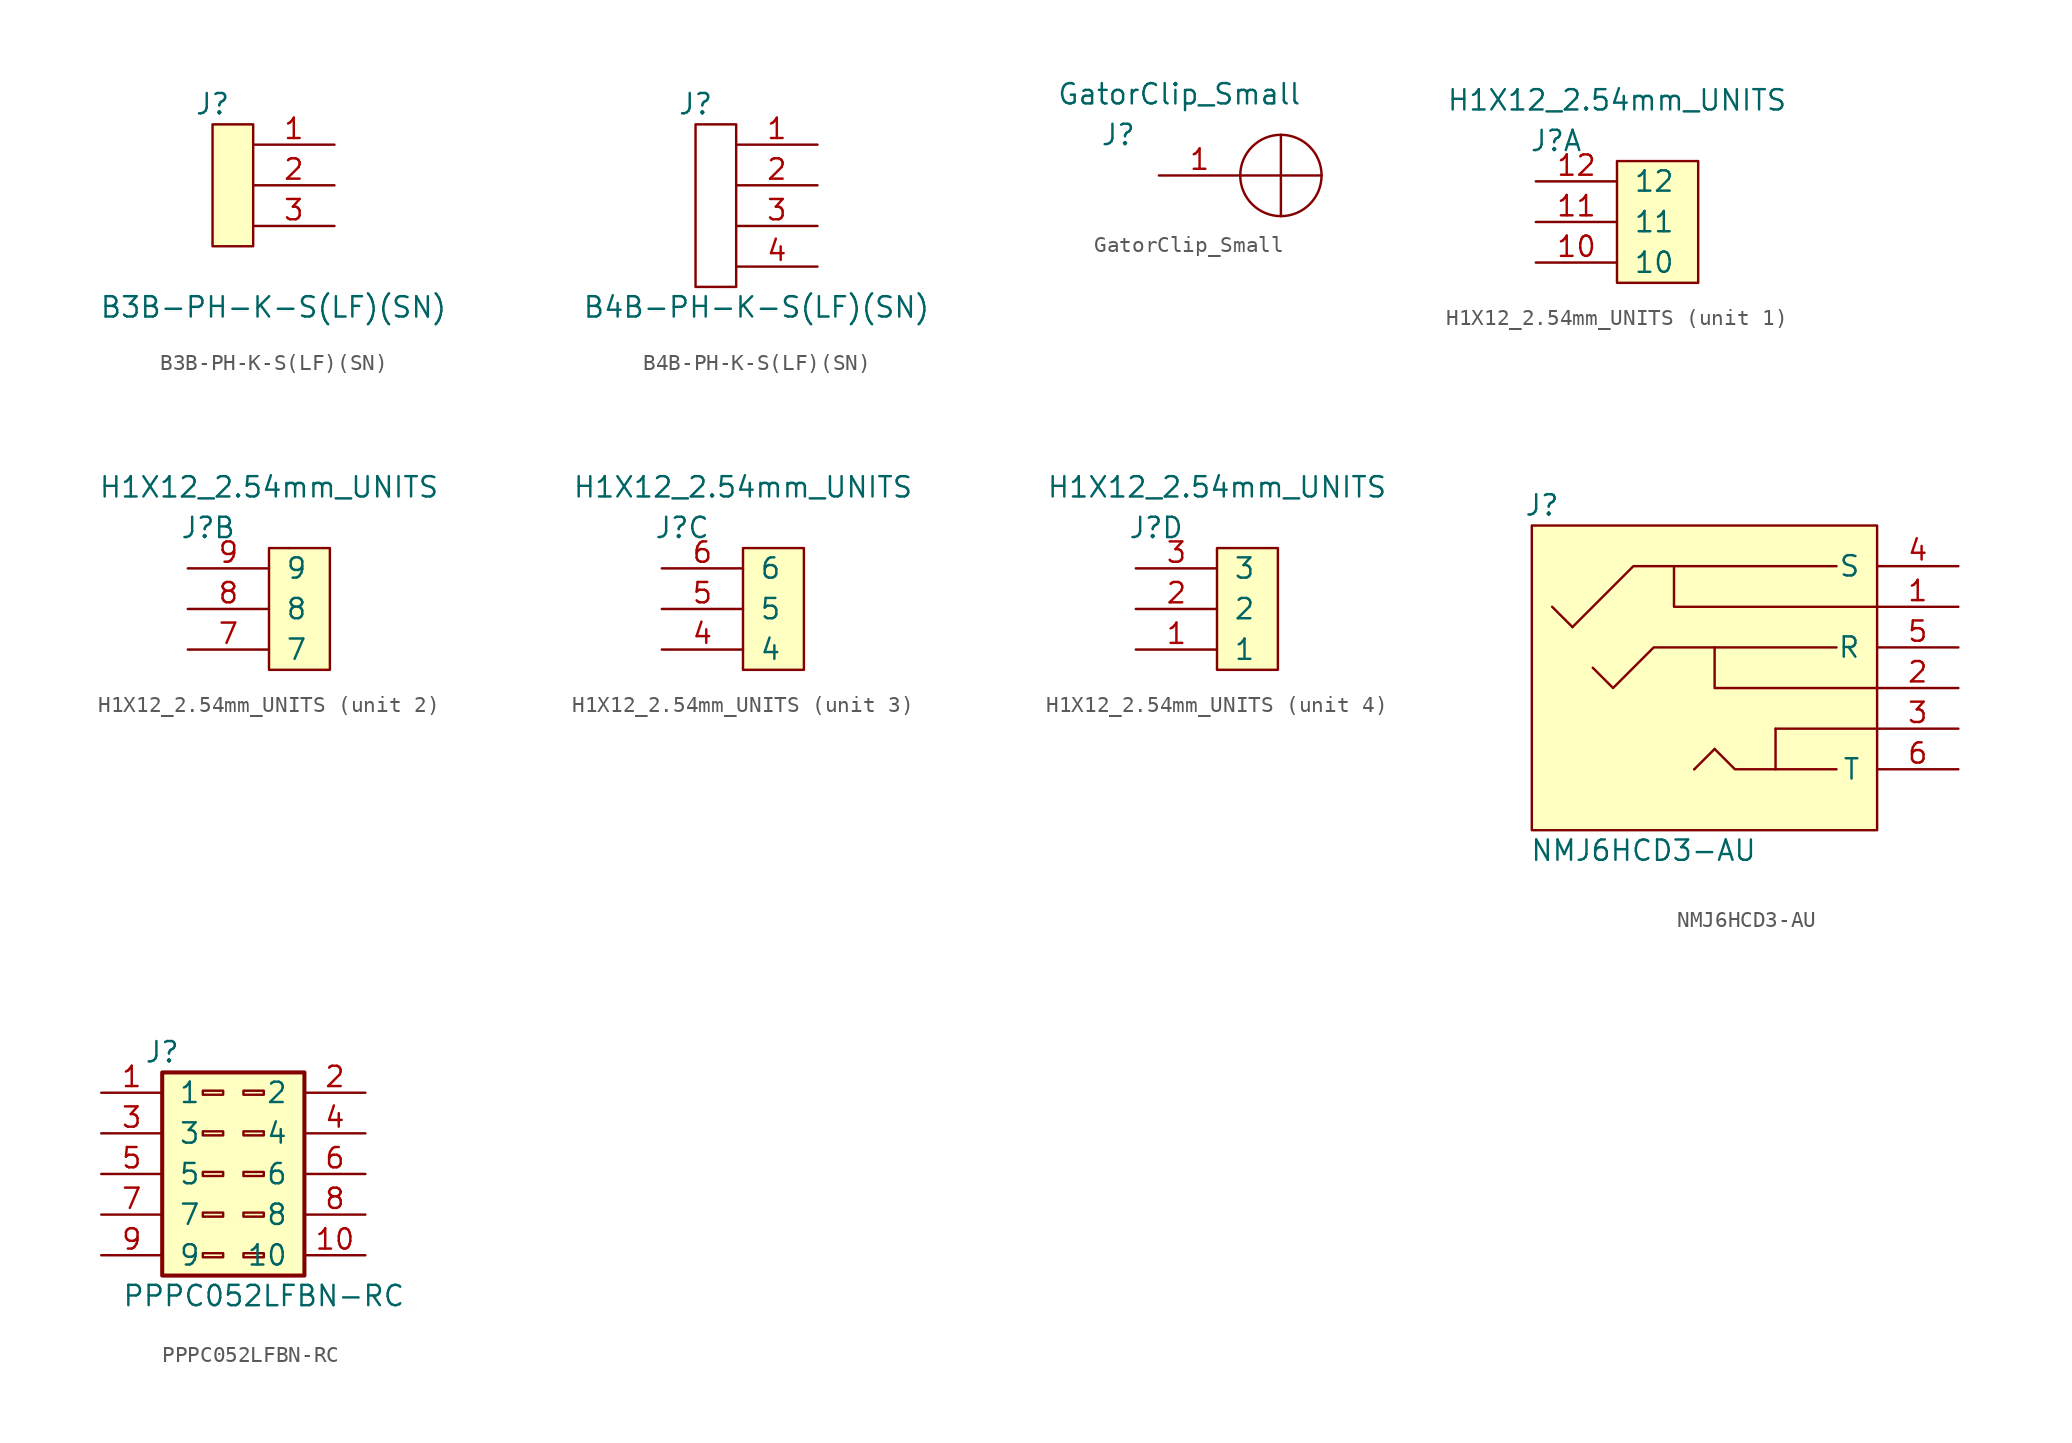
<source format=kicad_sym>
(kicad_symbol_lib
  (version 20220914)
  (generator kicad_symbol_editor)
  (symbol "B3B-PH-K-S(LF)(SN)"
    (pin_names
      (offset 1.016))
    (property "Reference" "J"
      (at 0 1.27 0)
      (effects (font (size 1.27 1.27))))
    (property "Value" "B3B-PH-K-S(LF)(SN)"
      (at 3.81 -11.43 0)
      (effects (font (size 1.27 1.27))))
    (symbol "B3B-PH-K-S(LF)(SN)_0_1"
      (rectangle (start 2.54 -7.62) (end 0 0) (stroke (width 0) (type default)) (fill (type background))))
    (symbol "B3B-PH-K-S(LF)(SN)_1_1"
      (pin passive line (at 7.62 -1.27 180) (length 5.08) (name "~" (effects (font (size 1.27 1.27)))) (number "1" (effects (font (size 1.27 1.27)))))
      (pin passive line (at 7.62 -3.81 180) (length 5.08) (name "~" (effects (font (size 1.27 1.27)))) (number "2" (effects (font (size 1.27 1.27)))))
      (pin passive line (at 7.62 -6.35 180) (length 5.08) (name "~" (effects (font (size 1.27 1.27)))) (number "3" (effects (font (size 1.27 1.27)))))))
  (symbol "B4B-PH-K-S(LF)(SN)"
    (pin_names
      (offset 1.016))
    (property "Reference" "J"
      (at 0 1.27 0)
      (effects (font (size 1.27 1.27))))
    (property "Value" "B4B-PH-K-S(LF)(SN)"
      (at 3.81 -11.43 0)
      (effects (font (size 1.27 1.27))))
    (symbol "B4B-PH-K-S(LF)(SN)_0_1"
      (rectangle (start 2.54 -10.16) (end 0 0) (stroke (width 0) (type default)) (fill (type none))))
    (symbol "B4B-PH-K-S(LF)(SN)_1_1"
      (pin passive line (at 7.62 -1.27 180) (length 5.08) (name "~" (effects (font (size 1.27 1.27)))) (number "1" (effects (font (size 1.27 1.27)))))
      (pin passive line (at 7.62 -3.81 180) (length 5.08) (name "~" (effects (font (size 1.27 1.27)))) (number "2" (effects (font (size 1.27 1.27)))))
      (pin passive line (at 7.62 -6.35 180) (length 5.08) (name "~" (effects (font (size 1.27 1.27)))) (number "3" (effects (font (size 1.27 1.27)))))
      (pin passive line (at 7.62 -8.89 180) (length 5.08) (name "~" (effects (font (size 1.27 1.27)))) (number "4" (effects (font (size 1.27 1.27)))))))
  (symbol "GatorClip_Small"
    (pin_names
      (offset 1.016))
    (property "Reference" "J"
      (at -2.54 2.54 0)
      (effects (font (size 1.27 1.27))))
    (property "Value" "GatorClip_Small"
      (at 1.27 5.08 0)
      (effects (font (size 1.27 1.27))))
    (symbol "GatorClip_Small_1_1"
      (polyline (pts (xy 5.08 0) (xy 7.62 0)) (stroke (width 0) (type default)) (fill (type none)))
      (polyline (pts (xy 7.62 0) (xy 7.62 -2.54)) (stroke (width 0) (type default)) (fill (type none)))
      (polyline (pts (xy 7.62 0) (xy 7.62 2.54)) (stroke (width 0) (type default)) (fill (type none)))
      (polyline (pts (xy 7.62 0) (xy 10.16 0)) (stroke (width 0) (type default)) (fill (type none)))
      (circle (center 7.62 0) (radius 2.54) (stroke (width 0) (type default)) (fill (type none)))
      (pin passive line (at 0 0 0) (length 5.08) (name "~" (effects (font (size 1.27 1.27)))) (number "1" (effects (font (size 1.27 1.27)))))))
  (symbol "H1X12_2.54mm_UNITS"
    (pin_names
      (offset 1.016))
    (property "Reference" "J"
      (at -2.54 2.54 0)
      (effects (font (size 1.27 1.27))))
    (property "Value" "H1X12_2.54mm_UNITS"
      (at 1.27 5.08 0)
      (effects (font (size 1.27 1.27))))
    (property "ki_locked" ""
      (at 0 0 0)
      (effects (font (size 1.27 1.27))))
    (symbol "H1X12_2.54mm_UNITS_1_1"
      (rectangle (start 1.27 1.27) (end 6.35 -6.35) (stroke (width 0) (type default)) (fill (type background)))
      (pin passive line (at -3.81 -5.08 0) (length 5.08) (name "10" (effects (font (size 1.27 1.27)))) (number "10" (effects (font (size 1.27 1.27)))))
      (pin passive line (at -3.81 -2.54 0) (length 5.08) (name "11" (effects (font (size 1.27 1.27)))) (number "11" (effects (font (size 1.27 1.27)))))
      (pin passive line (at -3.81 0 0) (length 5.08) (name "12" (effects (font (size 1.27 1.27)))) (number "12" (effects (font (size 1.27 1.27))))))
    (symbol "H1X12_2.54mm_UNITS_2_1"
      (rectangle (start 1.27 1.27) (end 5.08 -6.35) (stroke (width 0) (type default)) (fill (type background)))
      (rectangle (start 2.54 1.27) (end 2.54 1.27) (stroke (width 0) (type default)) (fill (type none)))
      (pin passive line (at -3.81 -5.08 0) (length 5.08) (name "7" (effects (font (size 1.27 1.27)))) (number "7" (effects (font (size 1.27 1.27)))))
      (pin passive line (at -3.81 -2.54 0) (length 5.08) (name "8" (effects (font (size 1.27 1.27)))) (number "8" (effects (font (size 1.27 1.27)))))
      (pin passive line (at -3.81 0 0) (length 5.08) (name "9" (effects (font (size 1.27 1.27)))) (number "9" (effects (font (size 1.27 1.27))))))
    (symbol "H1X12_2.54mm_UNITS_3_1"
      (rectangle (start 1.27 1.27) (end 5.08 -6.35) (stroke (width 0) (type default)) (fill (type background)))
      (pin passive line (at -3.81 -5.08 0) (length 5.08) (name "4" (effects (font (size 1.27 1.27)))) (number "4" (effects (font (size 1.27 1.27)))))
      (pin passive line (at -3.81 -2.54 0) (length 5.08) (name "5" (effects (font (size 1.27 1.27)))) (number "5" (effects (font (size 1.27 1.27)))))
      (pin passive line (at -3.81 0 0) (length 5.08) (name "6" (effects (font (size 1.27 1.27)))) (number "6" (effects (font (size 1.27 1.27))))))
    (symbol "H1X12_2.54mm_UNITS_4_1"
      (rectangle (start 1.27 1.27) (end 5.08 -6.35) (stroke (width 0) (type default)) (fill (type background)))
      (pin passive line (at -3.81 -5.08 0) (length 5.08) (name "1" (effects (font (size 1.27 1.27)))) (number "1" (effects (font (size 1.27 1.27)))))
      (pin passive line (at -3.81 -2.54 0) (length 5.08) (name "2" (effects (font (size 1.27 1.27)))) (number "2" (effects (font (size 1.27 1.27)))))
      (pin passive line (at -3.81 0 0) (length 5.08) (name "3" (effects (font (size 1.27 1.27)))) (number "3" (effects (font (size 1.27 1.27)))))))
  (symbol "NMJ6HCD3-AU"
    (pin_names
      (offset 1.016))
    (property "Reference" "J"
      (at -20.955 1.27 0)
      (effects (font (size 1.27 1.27))))
    (property "Value" "NMJ6HCD3-AU"
      (at -14.605 -20.32 0)
      (effects (font (size 1.27 1.27))))
    (symbol "NMJ6HCD3-AU_0_1"
      (rectangle (start -21.59 0) (end 0 -19.05) (stroke (width 0) (type default)) (fill (type background)))
      (polyline (pts (xy -20.32 -5.08) (xy -19.05 -6.35)) (stroke (width 0) (type default)) (fill (type none)))
      (polyline (pts (xy -11.43 -15.24) (xy -11.43 -15.24)) (stroke (width 0) (type default)) (fill (type none)))
      (polyline (pts (xy -10.16 -13.97) (xy -11.43 -15.24)) (stroke (width 0) (type default)) (fill (type none)))
      (polyline (pts (xy -6.35 -15.24) (xy -6.35 -12.7)) (stroke (width 0) (type default)) (fill (type none)))
      (polyline (pts (xy 0 -12.7) (xy -6.35 -12.7)) (stroke (width 0) (type default)) (fill (type none)))
      (polyline (pts (xy -2.54 -15.24) (xy -8.89 -15.24) (xy -10.16 -13.97)) (stroke (width 0) (type default)) (fill (type none)))
      (polyline (pts (xy -2.54 -2.54) (xy -15.24 -2.54) (xy -19.05 -6.35)) (stroke (width 0) (type default)) (fill (type none)))
      (polyline (pts (xy 0 -10.16) (xy -10.16 -10.16) (xy -10.16 -7.62)) (stroke (width 0) (type default)) (fill (type none)))
      (polyline (pts (xy 0 -5.08) (xy -12.7 -5.08) (xy -12.7 -2.54)) (stroke (width 0) (type default)) (fill (type none)))
      (polyline (pts (xy -2.54 -7.62) (xy -13.97 -7.62) (xy -16.51 -10.16) (xy -17.78 -8.89)) (stroke (width 0) (type default)) (fill (type none))))
    (symbol "NMJ6HCD3-AU_1_1"
      (pin passive line (at 5.08 -5.08 180) (length 5.08) (name "~" (effects (font (size 1.27 1.27)))) (number "1" (effects (font (size 1.27 1.27)))))
      (pin passive line (at 5.08 -10.16 180) (length 5.08) (name "~" (effects (font (size 1.27 1.27)))) (number "2" (effects (font (size 1.27 1.27)))))
      (pin passive line (at 5.08 -12.7 180) (length 5.08) (name "~" (effects (font (size 1.27 1.27)))) (number "3" (effects (font (size 1.27 1.27)))))
      (pin passive line (at 5.08 -2.54 180) (length 5.08) (name "S" (effects (font (size 1.27 1.27)))) (number "4" (effects (font (size 1.27 1.27)))))
      (pin passive line (at 5.08 -7.62 180) (length 5.08) (name "R" (effects (font (size 1.27 1.27)))) (number "5" (effects (font (size 1.27 1.27)))))
      (pin passive line (at 5.08 -15.24 180) (length 5.08) (name "T" (effects (font (size 1.27 1.27)))) (number "6" (effects (font (size 1.27 1.27)))))))
  (symbol "PPPC052LFBN-RC"
    (pin_names
      (offset 1.016))
    (property "Reference" "J"
      (at 0 1.27 0)
      (effects (font (size 1.27 1.27))))
    (property "Value" "PPPC052LFBN-RC"
      (at 6.35 -13.97 0)
      (effects (font (size 1.27 1.27))))
    (symbol "PPPC052LFBN-RC_1_1"
      (rectangle (start 0 0) (end 8.89 -12.7) (stroke (width 0.254) (type default)) (fill (type background)))
      (rectangle (start 2.54 -11.303) (end 3.81 -11.557) (stroke (width 0.152) (type default)) (fill (type none)))
      (rectangle (start 2.54 -8.763) (end 3.81 -9.017) (stroke (width 0.152) (type default)) (fill (type none)))
      (rectangle (start 2.54 -6.223) (end 3.81 -6.477) (stroke (width 0.152) (type default)) (fill (type none)))
      (rectangle (start 2.54 -3.683) (end 3.81 -3.937) (stroke (width 0.152) (type default)) (fill (type none)))
      (rectangle (start 2.54 -1.143) (end 3.81 -1.397) (stroke (width 0.152) (type default)) (fill (type none)))
      (rectangle (start 6.35 -11.303) (end 5.08 -11.557) (stroke (width 0.152) (type default)) (fill (type none)))
      (rectangle (start 6.35 -8.763) (end 5.08 -9.017) (stroke (width 0.152) (type default)) (fill (type none)))
      (rectangle (start 6.35 -6.223) (end 5.08 -6.477) (stroke (width 0.152) (type default)) (fill (type none)))
      (rectangle (start 6.35 -3.683) (end 5.08 -3.937) (stroke (width 0.152) (type default)) (fill (type none)))
      (rectangle (start 6.35 -1.143) (end 5.08 -1.397) (stroke (width 0.152) (type default)) (fill (type none)))
      (pin passive line (at -3.81 -1.27 0) (length 3.81) (name "1" (effects (font (size 1.27 1.27)))) (number "1" (effects (font (size 1.27 1.27)))))
      (pin passive line (at 12.7 -11.43 180) (length 3.81) (name "10" (effects (font (size 1.27 1.27)))) (number "10" (effects (font (size 1.27 1.27)))))
      (pin passive line (at 12.7 -1.27 180) (length 3.81) (name "2" (effects (font (size 1.27 1.27)))) (number "2" (effects (font (size 1.27 1.27)))))
      (pin passive line (at -3.81 -3.81 0) (length 3.81) (name "3" (effects (font (size 1.27 1.27)))) (number "3" (effects (font (size 1.27 1.27)))))
      (pin passive line (at 12.7 -3.81 180) (length 3.81) (name "4" (effects (font (size 1.27 1.27)))) (number "4" (effects (font (size 1.27 1.27)))))
      (pin passive line (at -3.81 -6.35 0) (length 3.81) (name "5" (effects (font (size 1.27 1.27)))) (number "5" (effects (font (size 1.27 1.27)))))
      (pin passive line (at 12.7 -6.35 180) (length 3.81) (name "6" (effects (font (size 1.27 1.27)))) (number "6" (effects (font (size 1.27 1.27)))))
      (pin passive line (at -3.81 -8.89 0) (length 3.81) (name "7" (effects (font (size 1.27 1.27)))) (number "7" (effects (font (size 1.27 1.27)))))
      (pin passive line (at 12.7 -8.89 180) (length 3.81) (name "8" (effects (font (size 1.27 1.27)))) (number "8" (effects (font (size 1.27 1.27)))))
      (pin passive line (at -3.81 -11.43 0) (length 3.81) (name "9" (effects (font (size 1.27 1.27)))) (number "9" (effects (font (size 1.27 1.27))))))))
</source>
